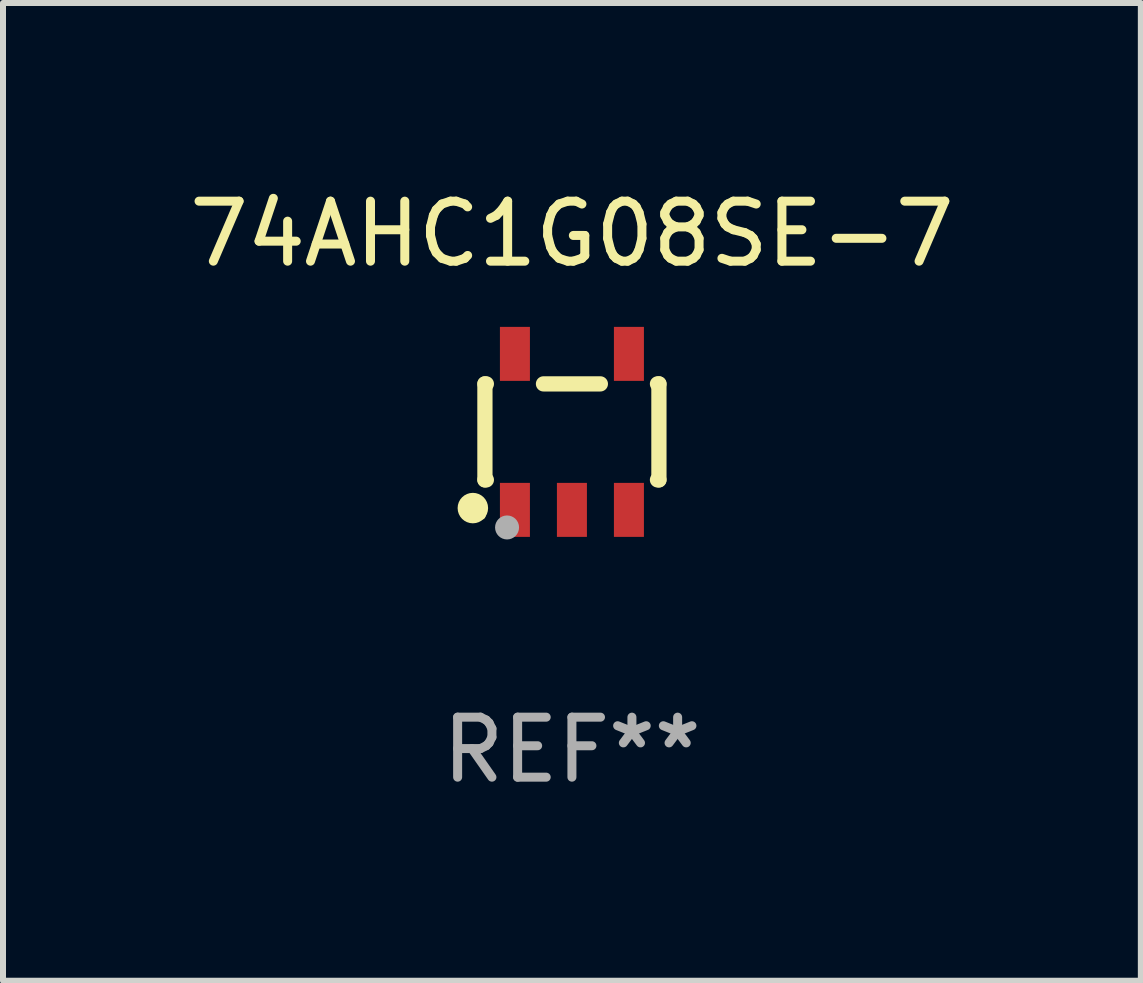
<source format=kicad_pcb>
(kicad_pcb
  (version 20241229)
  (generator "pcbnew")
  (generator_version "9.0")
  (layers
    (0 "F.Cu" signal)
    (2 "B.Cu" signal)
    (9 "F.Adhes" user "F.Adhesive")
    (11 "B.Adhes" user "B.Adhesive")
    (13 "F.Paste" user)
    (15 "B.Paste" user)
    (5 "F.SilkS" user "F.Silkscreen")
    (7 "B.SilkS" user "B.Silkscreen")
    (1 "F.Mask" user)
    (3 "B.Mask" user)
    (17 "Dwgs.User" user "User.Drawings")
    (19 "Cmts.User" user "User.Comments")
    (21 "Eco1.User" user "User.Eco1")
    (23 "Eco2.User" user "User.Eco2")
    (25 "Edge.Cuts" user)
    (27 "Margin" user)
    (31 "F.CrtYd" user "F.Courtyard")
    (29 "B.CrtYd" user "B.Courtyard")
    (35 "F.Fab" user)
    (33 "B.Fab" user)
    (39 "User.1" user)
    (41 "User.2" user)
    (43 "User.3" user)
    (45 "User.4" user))
  (footprint "74AHC1G08SE-7"
    (layer "F.Cu")
    (at 6.482 4.148)
    (property "Reference" "74AHC1G08SE-7" (at 0 -3.3 0) (layer "F.SilkS") (effects (font (size 1 1) (thickness 0.15))))
    (attr through_hole)
    (fp_line (start -1.45 0.8) (end -1.45 -0.8) (stroke (width 0.254) (type solid)) (layer "F.SilkS"))
    (fp_line (start -1.45 0.8) (end -1.426 0.8) (stroke (width 0.254) (type solid)) (layer "F.SilkS"))
    (fp_line (start -1.426 -0.8) (end -1.45 -0.8) (stroke (width 0.254) (type solid)) (layer "F.SilkS"))
    (fp_line (start 0.474 -0.8) (end -0.474 -0.8) (stroke (width 0.254) (type solid)) (layer "F.SilkS"))
    (fp_line (start 1.426 0.8) (end 1.45 0.8) (stroke (width 0.254) (type solid)) (layer "F.SilkS"))
    (fp_line (start 1.45 -0.8) (end 1.426 -0.8) (stroke (width 0.254) (type solid)) (layer "F.SilkS"))
    (fp_line (start 1.45 0.8) (end 1.45 -0.8) (stroke (width 0.254) (type solid)) (layer "F.SilkS"))
    (fp_circle (center -1.651 1.27) (end -1.524 1.27) (stroke (width 0.254) (type solid)) (fill no) (layer "F.SilkS"))
    (fp_circle (center -1.5 1.4) (end -1.47 1.4) (stroke (width 0.06) (type solid)) (fill no) (layer "F.SilkS"))
    (fp_circle (center -1.081 1.593) (end -0.981 1.593) (stroke (width 0.2) (type solid)) (fill no) (layer "F.Fab"))
    (fp_text user "REF**" (at 0 5.3 0) (layer "F.Fab") (effects (font (size 1 1) (thickness 0.15))))
    (pad "1" smd rect (at -0.95 1.3) (size 0.5 0.9) (layers "F.Cu" "F.Mask" "F.Paste"))
    (pad "2" smd rect (at 0 1.3) (size 0.5 0.9) (layers "F.Cu" "F.Mask" "F.Paste"))
    (pad "3" smd rect (at 0.95 1.3) (size 0.5 0.9) (layers "F.Cu" "F.Mask" "F.Paste"))
    (pad "4" smd rect (at 0.95 -1.3) (size 0.5 0.9) (layers "F.Cu" "F.Mask" "F.Paste"))
    (pad "5" smd rect (at -0.95 -1.3) (size 0.5 0.9) (layers "F.Cu" "F.Mask" "F.Paste")))
  (gr_rect
    (start -3 -3)
    (end 15.964 13.296)
    (stroke (width 0.1) (type default))
    (fill no)
    (layer "Edge.Cuts")))
</source>
